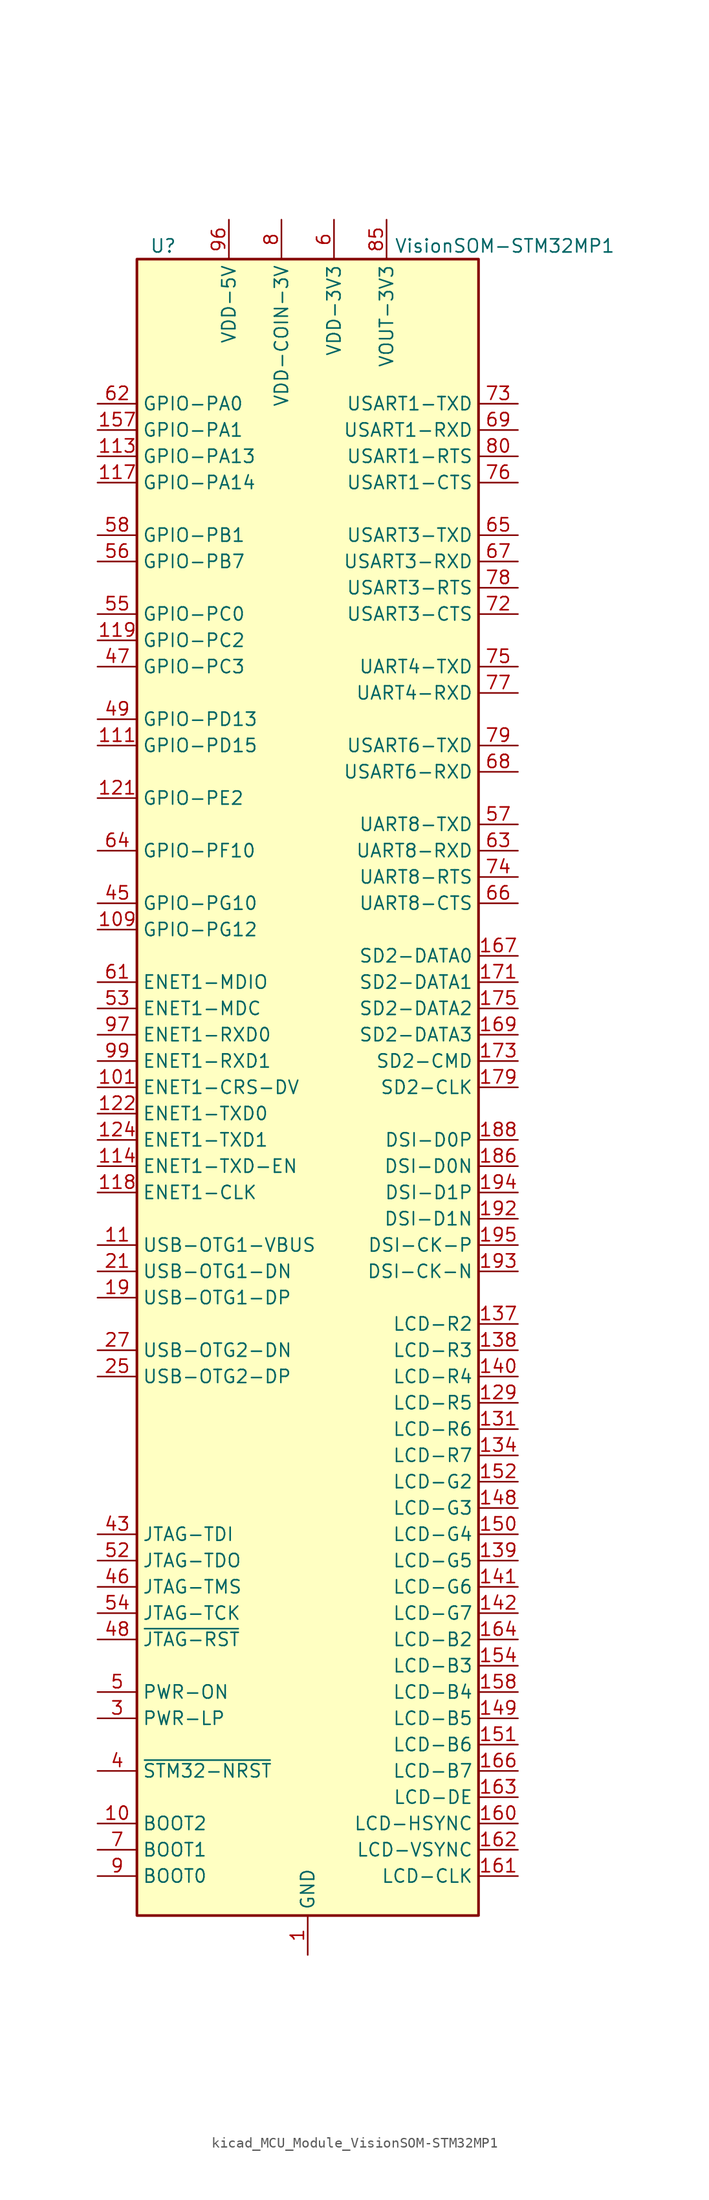
<source format=kicad_sym>
(kicad_symbol_lib
  (version 20220914)
  (generator kicad_symbol_editor)
  (symbol "kicad_MCU_Module_VisionSOM-STM32MP1"
    (property "Reference" "U"
      (at -13.97 81.28 0)
      (effects (font (size 1.27 1.27))))
    (property "Value" "VisionSOM-STM32MP1"
      (at 19.05 81.28 0)
      (effects (font (size 1.27 1.27))))
    (symbol "kicad_MCU_Module_VisionSOM-STM32MP1_0_1"
      (rectangle (start -16.51 80.01) (end 16.51 -80.01) (stroke (width 0.254) (type default)) (fill (type background))))
    (symbol "kicad_MCU_Module_VisionSOM-STM32MP1_1_1"
      (pin power_in line (at 0 -83.82 90) (length 3.81) (name "GND" (effects (font (size 1.27 1.27)))) (number "1" (effects (font (size 1.27 1.27)))))
      (pin input line (at -20.32 -71.12 0) (length 3.81) (name "BOOT2" (effects (font (size 1.27 1.27)))) (number "10" (effects (font (size 1.27 1.27)))))
      (pin passive line (at -7.62 83.82 270) (length 3.81) hide (name "VDD-5V" (effects (font (size 1.27 1.27)))) (number "100" (effects (font (size 1.27 1.27)))))
      (pin bidirectional line (at -20.32 0 0) (length 3.81) (name "ENET1-CRS-DV" (effects (font (size 1.27 1.27)))) (number "101" (effects (font (size 1.27 1.27)))))
      (pin passive line (at -7.62 83.82 270) (length 3.81) hide (name "VDD-5V" (effects (font (size 1.27 1.27)))) (number "102" (effects (font (size 1.27 1.27)))))
      (pin passive line (at 0 -83.82 90) (length 3.81) hide (name "GND" (effects (font (size 1.27 1.27)))) (number "103" (effects (font (size 1.27 1.27)))))
      (pin passive line (at -7.62 83.82 270) (length 3.81) hide (name "VDD-5V" (effects (font (size 1.27 1.27)))) (number "104" (effects (font (size 1.27 1.27)))))
      (pin no_connect line (at 15.24 73.66 180) (length 3.81) hide (name "NC" (effects (font (size 1.27 1.27)))) (number "105" (effects (font (size 1.27 1.27)))))
      (pin passive line (at -7.62 83.82 270) (length 3.81) hide (name "VDD-5V" (effects (font (size 1.27 1.27)))) (number "106" (effects (font (size 1.27 1.27)))))
      (pin passive line (at 0 -83.82 90) (length 3.81) hide (name "GND" (effects (font (size 1.27 1.27)))) (number "107" (effects (font (size 1.27 1.27)))))
      (pin passive line (at -7.62 83.82 270) (length 3.81) hide (name "VDD-5V" (effects (font (size 1.27 1.27)))) (number "108" (effects (font (size 1.27 1.27)))))
      (pin bidirectional line (at -20.32 15.24 0) (length 3.81) (name "GPIO-PG12" (effects (font (size 1.27 1.27)))) (number "109" (effects (font (size 1.27 1.27)))))
      (pin input line (at -20.32 -15.24 0) (length 3.81) (name "USB-OTG1-VBUS" (effects (font (size 1.27 1.27)))) (number "11" (effects (font (size 1.27 1.27)))))
      (pin passive line (at -7.62 83.82 270) (length 3.81) hide (name "VDD-5V" (effects (font (size 1.27 1.27)))) (number "110" (effects (font (size 1.27 1.27)))))
      (pin bidirectional line (at -20.32 33.02 0) (length 3.81) (name "GPIO-PD15" (effects (font (size 1.27 1.27)))) (number "111" (effects (font (size 1.27 1.27)))))
      (pin passive line (at -7.62 83.82 270) (length 3.81) hide (name "VDD-5V" (effects (font (size 1.27 1.27)))) (number "112" (effects (font (size 1.27 1.27)))))
      (pin bidirectional line (at -20.32 60.96 0) (length 3.81) (name "GPIO-PA13" (effects (font (size 1.27 1.27)))) (number "113" (effects (font (size 1.27 1.27)))))
      (pin bidirectional line (at -20.32 -7.62 0) (length 3.81) (name "ENET1-TXD-EN" (effects (font (size 1.27 1.27)))) (number "114" (effects (font (size 1.27 1.27)))))
      (pin passive line (at 0 -83.82 90) (length 3.81) hide (name "GND" (effects (font (size 1.27 1.27)))) (number "115" (effects (font (size 1.27 1.27)))))
      (pin passive line (at 0 -83.82 90) (length 3.81) hide (name "GND" (effects (font (size 1.27 1.27)))) (number "116" (effects (font (size 1.27 1.27)))))
      (pin bidirectional line (at -20.32 58.42 0) (length 3.81) (name "GPIO-PA14" (effects (font (size 1.27 1.27)))) (number "117" (effects (font (size 1.27 1.27)))))
      (pin bidirectional line (at -20.32 -10.16 0) (length 3.81) (name "ENET1-CLK" (effects (font (size 1.27 1.27)))) (number "118" (effects (font (size 1.27 1.27)))))
      (pin bidirectional line (at -20.32 43.18 0) (length 3.81) (name "GPIO-PC2" (effects (font (size 1.27 1.27)))) (number "119" (effects (font (size 1.27 1.27)))))
      (pin no_connect line (at -15.24 73.66 0) (length 3.81) hide (name "NC" (effects (font (size 1.27 1.27)))) (number "12" (effects (font (size 1.27 1.27)))))
      (pin passive line (at 0 -83.82 90) (length 3.81) hide (name "GND" (effects (font (size 1.27 1.27)))) (number "120" (effects (font (size 1.27 1.27)))))
      (pin bidirectional line (at -20.32 27.94 0) (length 3.81) (name "GPIO-PE2" (effects (font (size 1.27 1.27)))) (number "121" (effects (font (size 1.27 1.27)))))
      (pin bidirectional line (at -20.32 -2.54 0) (length 3.81) (name "ENET1-TXD0" (effects (font (size 1.27 1.27)))) (number "122" (effects (font (size 1.27 1.27)))))
      (pin no_connect line (at 15.24 71.12 180) (length 3.81) hide (name "NC" (effects (font (size 1.27 1.27)))) (number "123" (effects (font (size 1.27 1.27)))))
      (pin bidirectional line (at -20.32 -5.08 0) (length 3.81) (name "ENET1-TXD1" (effects (font (size 1.27 1.27)))) (number "124" (effects (font (size 1.27 1.27)))))
      (pin passive line (at 0 -83.82 90) (length 3.81) hide (name "GND" (effects (font (size 1.27 1.27)))) (number "125" (effects (font (size 1.27 1.27)))))
      (pin no_connect line (at 15.24 68.58 180) (length 3.81) hide (name "NC" (effects (font (size 1.27 1.27)))) (number "126" (effects (font (size 1.27 1.27)))))
      (pin passive line (at 0 -83.82 90) (length 3.81) hide (name "GND" (effects (font (size 1.27 1.27)))) (number "127" (effects (font (size 1.27 1.27)))))
      (pin passive line (at 0 -83.82 90) (length 3.81) hide (name "GND" (effects (font (size 1.27 1.27)))) (number "128" (effects (font (size 1.27 1.27)))))
      (pin bidirectional line (at 20.32 -30.48 180) (length 3.81) (name "LCD-R5" (effects (font (size 1.27 1.27)))) (number "129" (effects (font (size 1.27 1.27)))))
      (pin no_connect line (at -15.24 71.12 0) (length 3.81) hide (name "NC" (effects (font (size 1.27 1.27)))) (number "13" (effects (font (size 1.27 1.27)))))
      (pin passive line (at 0 -83.82 90) (length 3.81) hide (name "GND" (effects (font (size 1.27 1.27)))) (number "130" (effects (font (size 1.27 1.27)))))
      (pin bidirectional line (at 20.32 -33.02 180) (length 3.81) (name "LCD-R6" (effects (font (size 1.27 1.27)))) (number "131" (effects (font (size 1.27 1.27)))))
      (pin passive line (at 0 -83.82 90) (length 3.81) hide (name "GND" (effects (font (size 1.27 1.27)))) (number "132" (effects (font (size 1.27 1.27)))))
      (pin passive line (at 0 -83.82 90) (length 3.81) hide (name "GND" (effects (font (size 1.27 1.27)))) (number "133" (effects (font (size 1.27 1.27)))))
      (pin bidirectional line (at 20.32 -35.56 180) (length 3.81) (name "LCD-R7" (effects (font (size 1.27 1.27)))) (number "134" (effects (font (size 1.27 1.27)))))
      (pin passive line (at 0 -83.82 90) (length 3.81) hide (name "GND" (effects (font (size 1.27 1.27)))) (number "135" (effects (font (size 1.27 1.27)))))
      (pin passive line (at 0 -83.82 90) (length 3.81) hide (name "GND" (effects (font (size 1.27 1.27)))) (number "136" (effects (font (size 1.27 1.27)))))
      (pin bidirectional line (at 20.32 -22.86 180) (length 3.81) (name "LCD-R2" (effects (font (size 1.27 1.27)))) (number "137" (effects (font (size 1.27 1.27)))))
      (pin bidirectional line (at 20.32 -25.4 180) (length 3.81) (name "LCD-R3" (effects (font (size 1.27 1.27)))) (number "138" (effects (font (size 1.27 1.27)))))
      (pin bidirectional line (at 20.32 -45.72 180) (length 3.81) (name "LCD-G5" (effects (font (size 1.27 1.27)))) (number "139" (effects (font (size 1.27 1.27)))))
      (pin no_connect line (at -15.24 68.58 0) (length 3.81) hide (name "NC" (effects (font (size 1.27 1.27)))) (number "14" (effects (font (size 1.27 1.27)))))
      (pin bidirectional line (at 20.32 -27.94 180) (length 3.81) (name "LCD-R4" (effects (font (size 1.27 1.27)))) (number "140" (effects (font (size 1.27 1.27)))))
      (pin bidirectional line (at 20.32 -48.26 180) (length 3.81) (name "LCD-G6" (effects (font (size 1.27 1.27)))) (number "141" (effects (font (size 1.27 1.27)))))
      (pin bidirectional line (at 20.32 -50.8 180) (length 3.81) (name "LCD-G7" (effects (font (size 1.27 1.27)))) (number "142" (effects (font (size 1.27 1.27)))))
      (pin passive line (at 0 -83.82 90) (length 3.81) hide (name "GND" (effects (font (size 1.27 1.27)))) (number "143" (effects (font (size 1.27 1.27)))))
      (pin passive line (at 0 -83.82 90) (length 3.81) hide (name "GND" (effects (font (size 1.27 1.27)))) (number "144" (effects (font (size 1.27 1.27)))))
      (pin passive line (at 0 -83.82 90) (length 3.81) hide (name "GND" (effects (font (size 1.27 1.27)))) (number "145" (effects (font (size 1.27 1.27)))))
      (pin passive line (at 0 -83.82 90) (length 3.81) hide (name "GND" (effects (font (size 1.27 1.27)))) (number "146" (effects (font (size 1.27 1.27)))))
      (pin passive line (at 0 -83.82 90) (length 3.81) hide (name "GND" (effects (font (size 1.27 1.27)))) (number "147" (effects (font (size 1.27 1.27)))))
      (pin bidirectional line (at 20.32 -40.64 180) (length 3.81) (name "LCD-G3" (effects (font (size 1.27 1.27)))) (number "148" (effects (font (size 1.27 1.27)))))
      (pin bidirectional line (at 20.32 -60.96 180) (length 3.81) (name "LCD-B5" (effects (font (size 1.27 1.27)))) (number "149" (effects (font (size 1.27 1.27)))))
      (pin passive line (at 0 -83.82 90) (length 3.81) hide (name "GND" (effects (font (size 1.27 1.27)))) (number "15" (effects (font (size 1.27 1.27)))))
      (pin bidirectional line (at 20.32 -43.18 180) (length 3.81) (name "LCD-G4" (effects (font (size 1.27 1.27)))) (number "150" (effects (font (size 1.27 1.27)))))
      (pin bidirectional line (at 20.32 -63.5 180) (length 3.81) (name "LCD-B6" (effects (font (size 1.27 1.27)))) (number "151" (effects (font (size 1.27 1.27)))))
      (pin bidirectional line (at 20.32 -38.1 180) (length 3.81) (name "LCD-G2" (effects (font (size 1.27 1.27)))) (number "152" (effects (font (size 1.27 1.27)))))
      (pin passive line (at 0 -83.82 90) (length 3.81) hide (name "GND" (effects (font (size 1.27 1.27)))) (number "153" (effects (font (size 1.27 1.27)))))
      (pin bidirectional line (at 20.32 -55.88 180) (length 3.81) (name "LCD-B3" (effects (font (size 1.27 1.27)))) (number "154" (effects (font (size 1.27 1.27)))))
      (pin passive line (at 0 -83.82 90) (length 3.81) hide (name "GND" (effects (font (size 1.27 1.27)))) (number "155" (effects (font (size 1.27 1.27)))))
      (pin passive line (at 0 -83.82 90) (length 3.81) hide (name "GND" (effects (font (size 1.27 1.27)))) (number "156" (effects (font (size 1.27 1.27)))))
      (pin bidirectional line (at -20.32 63.5 0) (length 3.81) (name "GPIO-PA1" (effects (font (size 1.27 1.27)))) (number "157" (effects (font (size 1.27 1.27)))))
      (pin bidirectional line (at 20.32 -58.42 180) (length 3.81) (name "LCD-B4" (effects (font (size 1.27 1.27)))) (number "158" (effects (font (size 1.27 1.27)))))
      (pin passive line (at 0 -83.82 90) (length 3.81) hide (name "GND" (effects (font (size 1.27 1.27)))) (number "159" (effects (font (size 1.27 1.27)))))
      (pin no_connect line (at -15.24 55.88 0) (length 3.81) hide (name "NC" (effects (font (size 1.27 1.27)))) (number "16" (effects (font (size 1.27 1.27)))))
      (pin bidirectional line (at 20.32 -71.12 180) (length 3.81) (name "LCD-HSYNC" (effects (font (size 1.27 1.27)))) (number "160" (effects (font (size 1.27 1.27)))))
      (pin bidirectional line (at 20.32 -76.2 180) (length 3.81) (name "LCD-CLK" (effects (font (size 1.27 1.27)))) (number "161" (effects (font (size 1.27 1.27)))))
      (pin bidirectional line (at 20.32 -73.66 180) (length 3.81) (name "LCD-VSYNC" (effects (font (size 1.27 1.27)))) (number "162" (effects (font (size 1.27 1.27)))))
      (pin bidirectional line (at 20.32 -68.58 180) (length 3.81) (name "LCD-DE" (effects (font (size 1.27 1.27)))) (number "163" (effects (font (size 1.27 1.27)))))
      (pin bidirectional line (at 20.32 -53.34 180) (length 3.81) (name "LCD-B2" (effects (font (size 1.27 1.27)))) (number "164" (effects (font (size 1.27 1.27)))))
      (pin passive line (at 0 -83.82 90) (length 3.81) hide (name "GND" (effects (font (size 1.27 1.27)))) (number "165" (effects (font (size 1.27 1.27)))))
      (pin bidirectional line (at 20.32 -66.04 180) (length 3.81) (name "LCD-B7" (effects (font (size 1.27 1.27)))) (number "166" (effects (font (size 1.27 1.27)))))
      (pin bidirectional line (at 20.32 12.7 180) (length 3.81) (name "SD2-DATA0" (effects (font (size 1.27 1.27)))) (number "167" (effects (font (size 1.27 1.27)))))
      (pin passive line (at 0 -83.82 90) (length 3.81) hide (name "GND" (effects (font (size 1.27 1.27)))) (number "168" (effects (font (size 1.27 1.27)))))
      (pin bidirectional line (at 20.32 5.08 180) (length 3.81) (name "SD2-DATA3" (effects (font (size 1.27 1.27)))) (number "169" (effects (font (size 1.27 1.27)))))
      (pin passive line (at 0 -83.82 90) (length 3.81) hide (name "GND" (effects (font (size 1.27 1.27)))) (number "17" (effects (font (size 1.27 1.27)))))
      (pin passive line (at 0 -83.82 90) (length 3.81) hide (name "GND" (effects (font (size 1.27 1.27)))) (number "170" (effects (font (size 1.27 1.27)))))
      (pin bidirectional line (at 20.32 10.16 180) (length 3.81) (name "SD2-DATA1" (effects (font (size 1.27 1.27)))) (number "171" (effects (font (size 1.27 1.27)))))
      (pin passive line (at 0 -83.82 90) (length 3.81) hide (name "GND" (effects (font (size 1.27 1.27)))) (number "172" (effects (font (size 1.27 1.27)))))
      (pin bidirectional line (at 20.32 2.54 180) (length 3.81) (name "SD2-CMD" (effects (font (size 1.27 1.27)))) (number "173" (effects (font (size 1.27 1.27)))))
      (pin passive line (at 0 -83.82 90) (length 3.81) hide (name "GND" (effects (font (size 1.27 1.27)))) (number "174" (effects (font (size 1.27 1.27)))))
      (pin bidirectional line (at 20.32 7.62 180) (length 3.81) (name "SD2-DATA2" (effects (font (size 1.27 1.27)))) (number "175" (effects (font (size 1.27 1.27)))))
      (pin passive line (at 0 -83.82 90) (length 3.81) hide (name "GND" (effects (font (size 1.27 1.27)))) (number "176" (effects (font (size 1.27 1.27)))))
      (pin passive line (at 0 -83.82 90) (length 3.81) hide (name "GND" (effects (font (size 1.27 1.27)))) (number "177" (effects (font (size 1.27 1.27)))))
      (pin passive line (at 0 -83.82 90) (length 3.81) hide (name "GND" (effects (font (size 1.27 1.27)))) (number "178" (effects (font (size 1.27 1.27)))))
      (pin bidirectional line (at 20.32 0 180) (length 3.81) (name "SD2-CLK" (effects (font (size 1.27 1.27)))) (number "179" (effects (font (size 1.27 1.27)))))
      (pin no_connect line (at -15.24 48.26 0) (length 3.81) hide (name "NC" (effects (font (size 1.27 1.27)))) (number "18" (effects (font (size 1.27 1.27)))))
      (pin passive line (at 0 -83.82 90) (length 3.81) hide (name "GND" (effects (font (size 1.27 1.27)))) (number "180" (effects (font (size 1.27 1.27)))))
      (pin passive line (at 0 -83.82 90) (length 3.81) hide (name "GND" (effects (font (size 1.27 1.27)))) (number "181" (effects (font (size 1.27 1.27)))))
      (pin passive line (at 0 -83.82 90) (length 3.81) hide (name "GND" (effects (font (size 1.27 1.27)))) (number "182" (effects (font (size 1.27 1.27)))))
      (pin no_connect line (at 15.24 55.88 180) (length 3.81) hide (name "NC" (effects (font (size 1.27 1.27)))) (number "183" (effects (font (size 1.27 1.27)))))
      (pin passive line (at 0 -83.82 90) (length 3.81) hide (name "GND" (effects (font (size 1.27 1.27)))) (number "184" (effects (font (size 1.27 1.27)))))
      (pin passive line (at 0 -83.82 90) (length 3.81) hide (name "GND" (effects (font (size 1.27 1.27)))) (number "185" (effects (font (size 1.27 1.27)))))
      (pin bidirectional line (at 20.32 -7.62 180) (length 3.81) (name "DSI-D0N" (effects (font (size 1.27 1.27)))) (number "186" (effects (font (size 1.27 1.27)))))
      (pin no_connect line (at 15.24 43.18 180) (length 3.81) hide (name "NC" (effects (font (size 1.27 1.27)))) (number "187" (effects (font (size 1.27 1.27)))))
      (pin bidirectional line (at 20.32 -5.08 180) (length 3.81) (name "DSI-D0P" (effects (font (size 1.27 1.27)))) (number "188" (effects (font (size 1.27 1.27)))))
      (pin passive line (at 0 -83.82 90) (length 3.81) hide (name "GND" (effects (font (size 1.27 1.27)))) (number "189" (effects (font (size 1.27 1.27)))))
      (pin bidirectional line (at -20.32 -20.32 0) (length 3.81) (name "USB-OTG1-DP" (effects (font (size 1.27 1.27)))) (number "19" (effects (font (size 1.27 1.27)))))
      (pin no_connect line (at 15.24 35.56 180) (length 3.81) hide (name "NC" (effects (font (size 1.27 1.27)))) (number "190" (effects (font (size 1.27 1.27)))))
      (pin no_connect line (at 15.24 27.94 180) (length 3.81) hide (name "NC" (effects (font (size 1.27 1.27)))) (number "191" (effects (font (size 1.27 1.27)))))
      (pin bidirectional line (at 20.32 -12.7 180) (length 3.81) (name "DSI-D1N" (effects (font (size 1.27 1.27)))) (number "192" (effects (font (size 1.27 1.27)))))
      (pin bidirectional line (at 20.32 -17.78 180) (length 3.81) (name "DSI-CK-N" (effects (font (size 1.27 1.27)))) (number "193" (effects (font (size 1.27 1.27)))))
      (pin bidirectional line (at 20.32 -10.16 180) (length 3.81) (name "DSI-D1P" (effects (font (size 1.27 1.27)))) (number "194" (effects (font (size 1.27 1.27)))))
      (pin bidirectional line (at 20.32 -15.24 180) (length 3.81) (name "DSI-CK-P" (effects (font (size 1.27 1.27)))) (number "195" (effects (font (size 1.27 1.27)))))
      (pin no_connect line (at 15.24 15.24 180) (length 3.81) hide (name "NC" (effects (font (size 1.27 1.27)))) (number "196" (effects (font (size 1.27 1.27)))))
      (pin no_connect line (at 15.24 -2.54 180) (length 3.81) hide (name "NC" (effects (font (size 1.27 1.27)))) (number "197" (effects (font (size 1.27 1.27)))))
      (pin no_connect line (at 15.24 -20.32 180) (length 3.81) hide (name "NC" (effects (font (size 1.27 1.27)))) (number "198" (effects (font (size 1.27 1.27)))))
      (pin passive line (at 0 -83.82 90) (length 3.81) hide (name "GND" (effects (font (size 1.27 1.27)))) (number "199" (effects (font (size 1.27 1.27)))))
      (pin passive line (at 0 -83.82 90) (length 3.81) hide (name "GND" (effects (font (size 1.27 1.27)))) (number "2" (effects (font (size 1.27 1.27)))))
      (pin passive line (at 0 -83.82 90) (length 3.81) hide (name "GND" (effects (font (size 1.27 1.27)))) (number "20" (effects (font (size 1.27 1.27)))))
      (pin passive line (at 0 -83.82 90) (length 3.81) hide (name "GND" (effects (font (size 1.27 1.27)))) (number "200" (effects (font (size 1.27 1.27)))))
      (pin bidirectional line (at -20.32 -17.78 0) (length 3.81) (name "USB-OTG1-DN" (effects (font (size 1.27 1.27)))) (number "21" (effects (font (size 1.27 1.27)))))
      (pin passive line (at 0 -83.82 90) (length 3.81) hide (name "GND" (effects (font (size 1.27 1.27)))) (number "22" (effects (font (size 1.27 1.27)))))
      (pin passive line (at 0 -83.82 90) (length 3.81) hide (name "GND" (effects (font (size 1.27 1.27)))) (number "23" (effects (font (size 1.27 1.27)))))
      (pin no_connect line (at -15.24 38.1 0) (length 3.81) hide (name "NC" (effects (font (size 1.27 1.27)))) (number "24" (effects (font (size 1.27 1.27)))))
      (pin bidirectional line (at -20.32 -27.94 0) (length 3.81) (name "USB-OTG2-DP" (effects (font (size 1.27 1.27)))) (number "25" (effects (font (size 1.27 1.27)))))
      (pin passive line (at 0 -83.82 90) (length 3.81) hide (name "GND" (effects (font (size 1.27 1.27)))) (number "26" (effects (font (size 1.27 1.27)))))
      (pin bidirectional line (at -20.32 -25.4 0) (length 3.81) (name "USB-OTG2-DN" (effects (font (size 1.27 1.27)))) (number "27" (effects (font (size 1.27 1.27)))))
      (pin passive line (at 0 -83.82 90) (length 3.81) hide (name "GND" (effects (font (size 1.27 1.27)))) (number "28" (effects (font (size 1.27 1.27)))))
      (pin passive line (at 0 -83.82 90) (length 3.81) hide (name "GND" (effects (font (size 1.27 1.27)))) (number "29" (effects (font (size 1.27 1.27)))))
      (pin output line (at -20.32 -60.96 0) (length 3.81) (name "PWR-LP" (effects (font (size 1.27 1.27)))) (number "3" (effects (font (size 1.27 1.27)))))
      (pin no_connect line (at -15.24 30.48 0) (length 3.81) hide (name "NC" (effects (font (size 1.27 1.27)))) (number "30" (effects (font (size 1.27 1.27)))))
      (pin no_connect line (at -15.24 25.4 0) (length 3.81) hide (name "NC" (effects (font (size 1.27 1.27)))) (number "31" (effects (font (size 1.27 1.27)))))
      (pin no_connect line (at -15.24 20.32 0) (length 3.81) hide (name "NC" (effects (font (size 1.27 1.27)))) (number "32" (effects (font (size 1.27 1.27)))))
      (pin no_connect line (at -15.24 12.7 0) (length 3.81) hide (name "NC" (effects (font (size 1.27 1.27)))) (number "33" (effects (font (size 1.27 1.27)))))
      (pin no_connect line (at -15.24 -12.7 0) (length 3.81) hide (name "NC" (effects (font (size 1.27 1.27)))) (number "34" (effects (font (size 1.27 1.27)))))
      (pin passive line (at 0 -83.82 90) (length 3.81) hide (name "GND" (effects (font (size 1.27 1.27)))) (number "35" (effects (font (size 1.27 1.27)))))
      (pin no_connect line (at -15.24 -22.86 0) (length 3.81) hide (name "NC" (effects (font (size 1.27 1.27)))) (number "36" (effects (font (size 1.27 1.27)))))
      (pin no_connect line (at -15.24 -30.48 0) (length 3.81) hide (name "NC" (effects (font (size 1.27 1.27)))) (number "37" (effects (font (size 1.27 1.27)))))
      (pin passive line (at 0 -83.82 90) (length 3.81) hide (name "GND" (effects (font (size 1.27 1.27)))) (number "38" (effects (font (size 1.27 1.27)))))
      (pin no_connect line (at -15.24 -33.02 0) (length 3.81) hide (name "NC" (effects (font (size 1.27 1.27)))) (number "39" (effects (font (size 1.27 1.27)))))
      (pin input line (at -20.32 -66.04 0) (length 3.81) (name "~{STM32-NRST}" (effects (font (size 1.27 1.27)))) (number "4" (effects (font (size 1.27 1.27)))))
      (pin passive line (at 0 -83.82 90) (length 3.81) hide (name "GND" (effects (font (size 1.27 1.27)))) (number "40" (effects (font (size 1.27 1.27)))))
      (pin passive line (at 0 -83.82 90) (length 3.81) hide (name "GND" (effects (font (size 1.27 1.27)))) (number "41" (effects (font (size 1.27 1.27)))))
      (pin no_connect line (at -15.24 -35.56 0) (length 3.81) hide (name "NC" (effects (font (size 1.27 1.27)))) (number "42" (effects (font (size 1.27 1.27)))))
      (pin bidirectional line (at -20.32 -43.18 0) (length 3.81) (name "JTAG-TDI" (effects (font (size 1.27 1.27)))) (number "43" (effects (font (size 1.27 1.27)))))
      (pin no_connect line (at -15.24 -38.1 0) (length 3.81) hide (name "NC" (effects (font (size 1.27 1.27)))) (number "44" (effects (font (size 1.27 1.27)))))
      (pin bidirectional line (at -20.32 17.78 0) (length 3.81) (name "GPIO-PG10" (effects (font (size 1.27 1.27)))) (number "45" (effects (font (size 1.27 1.27)))))
      (pin bidirectional line (at -20.32 -48.26 0) (length 3.81) (name "JTAG-TMS" (effects (font (size 1.27 1.27)))) (number "46" (effects (font (size 1.27 1.27)))))
      (pin bidirectional line (at -20.32 40.64 0) (length 3.81) (name "GPIO-PC3" (effects (font (size 1.27 1.27)))) (number "47" (effects (font (size 1.27 1.27)))))
      (pin bidirectional line (at -20.32 -53.34 0) (length 3.81) (name "~{JTAG-RST}" (effects (font (size 1.27 1.27)))) (number "48" (effects (font (size 1.27 1.27)))))
      (pin bidirectional line (at -20.32 35.56 0) (length 3.81) (name "GPIO-PD13" (effects (font (size 1.27 1.27)))) (number "49" (effects (font (size 1.27 1.27)))))
      (pin output line (at -20.32 -58.42 0) (length 3.81) (name "PWR-ON" (effects (font (size 1.27 1.27)))) (number "5" (effects (font (size 1.27 1.27)))))
      (pin passive line (at 0 -83.82 90) (length 3.81) hide (name "GND" (effects (font (size 1.27 1.27)))) (number "50" (effects (font (size 1.27 1.27)))))
      (pin passive line (at 0 -83.82 90) (length 3.81) hide (name "GND" (effects (font (size 1.27 1.27)))) (number "51" (effects (font (size 1.27 1.27)))))
      (pin bidirectional line (at -20.32 -45.72 0) (length 3.81) (name "JTAG-TDO" (effects (font (size 1.27 1.27)))) (number "52" (effects (font (size 1.27 1.27)))))
      (pin bidirectional line (at -20.32 7.62 0) (length 3.81) (name "ENET1-MDC" (effects (font (size 1.27 1.27)))) (number "53" (effects (font (size 1.27 1.27)))))
      (pin bidirectional line (at -20.32 -50.8 0) (length 3.81) (name "JTAG-TCK" (effects (font (size 1.27 1.27)))) (number "54" (effects (font (size 1.27 1.27)))))
      (pin bidirectional line (at -20.32 45.72 0) (length 3.81) (name "GPIO-PC0" (effects (font (size 1.27 1.27)))) (number "55" (effects (font (size 1.27 1.27)))))
      (pin bidirectional line (at -20.32 50.8 0) (length 3.81) (name "GPIO-PB7" (effects (font (size 1.27 1.27)))) (number "56" (effects (font (size 1.27 1.27)))))
      (pin bidirectional line (at 20.32 25.4 180) (length 3.81) (name "UART8-TXD" (effects (font (size 1.27 1.27)))) (number "57" (effects (font (size 1.27 1.27)))))
      (pin bidirectional line (at -20.32 53.34 0) (length 3.81) (name "GPIO-PB1" (effects (font (size 1.27 1.27)))) (number "58" (effects (font (size 1.27 1.27)))))
      (pin passive line (at 0 -83.82 90) (length 3.81) hide (name "GND" (effects (font (size 1.27 1.27)))) (number "59" (effects (font (size 1.27 1.27)))))
      (pin power_in line (at 2.54 83.82 270) (length 3.81) (name "VDD-3V3" (effects (font (size 1.27 1.27)))) (number "6" (effects (font (size 1.27 1.27)))))
      (pin passive line (at 0 -83.82 90) (length 3.81) hide (name "GND" (effects (font (size 1.27 1.27)))) (number "60" (effects (font (size 1.27 1.27)))))
      (pin bidirectional line (at -20.32 10.16 0) (length 3.81) (name "ENET1-MDIO" (effects (font (size 1.27 1.27)))) (number "61" (effects (font (size 1.27 1.27)))))
      (pin bidirectional line (at -20.32 66.04 0) (length 3.81) (name "GPIO-PA0" (effects (font (size 1.27 1.27)))) (number "62" (effects (font (size 1.27 1.27)))))
      (pin bidirectional line (at 20.32 22.86 180) (length 3.81) (name "UART8-RXD" (effects (font (size 1.27 1.27)))) (number "63" (effects (font (size 1.27 1.27)))))
      (pin bidirectional line (at -20.32 22.86 0) (length 3.81) (name "GPIO-PF10" (effects (font (size 1.27 1.27)))) (number "64" (effects (font (size 1.27 1.27)))))
      (pin bidirectional line (at 20.32 53.34 180) (length 3.81) (name "USART3-TXD" (effects (font (size 1.27 1.27)))) (number "65" (effects (font (size 1.27 1.27)))))
      (pin bidirectional line (at 20.32 17.78 180) (length 3.81) (name "UART8-CTS" (effects (font (size 1.27 1.27)))) (number "66" (effects (font (size 1.27 1.27)))))
      (pin bidirectional line (at 20.32 50.8 180) (length 3.81) (name "USART3-RXD" (effects (font (size 1.27 1.27)))) (number "67" (effects (font (size 1.27 1.27)))))
      (pin bidirectional line (at 20.32 30.48 180) (length 3.81) (name "USART6-RXD" (effects (font (size 1.27 1.27)))) (number "68" (effects (font (size 1.27 1.27)))))
      (pin bidirectional line (at 20.32 63.5 180) (length 3.81) (name "USART1-RXD" (effects (font (size 1.27 1.27)))) (number "69" (effects (font (size 1.27 1.27)))))
      (pin input line (at -20.32 -73.66 0) (length 3.81) (name "BOOT1" (effects (font (size 1.27 1.27)))) (number "7" (effects (font (size 1.27 1.27)))))
      (pin passive line (at 0 -83.82 90) (length 3.81) hide (name "GND" (effects (font (size 1.27 1.27)))) (number "70" (effects (font (size 1.27 1.27)))))
      (pin passive line (at 0 -83.82 90) (length 3.81) hide (name "GND" (effects (font (size 1.27 1.27)))) (number "71" (effects (font (size 1.27 1.27)))))
      (pin bidirectional line (at 20.32 45.72 180) (length 3.81) (name "USART3-CTS" (effects (font (size 1.27 1.27)))) (number "72" (effects (font (size 1.27 1.27)))))
      (pin bidirectional line (at 20.32 66.04 180) (length 3.81) (name "USART1-TXD" (effects (font (size 1.27 1.27)))) (number "73" (effects (font (size 1.27 1.27)))))
      (pin bidirectional line (at 20.32 20.32 180) (length 3.81) (name "UART8-RTS" (effects (font (size 1.27 1.27)))) (number "74" (effects (font (size 1.27 1.27)))))
      (pin bidirectional line (at 20.32 40.64 180) (length 3.81) (name "UART4-TXD" (effects (font (size 1.27 1.27)))) (number "75" (effects (font (size 1.27 1.27)))))
      (pin bidirectional line (at 20.32 58.42 180) (length 3.81) (name "USART1-CTS" (effects (font (size 1.27 1.27)))) (number "76" (effects (font (size 1.27 1.27)))))
      (pin bidirectional line (at 20.32 38.1 180) (length 3.81) (name "UART4-RXD" (effects (font (size 1.27 1.27)))) (number "77" (effects (font (size 1.27 1.27)))))
      (pin bidirectional line (at 20.32 48.26 180) (length 3.81) (name "USART3-RTS" (effects (font (size 1.27 1.27)))) (number "78" (effects (font (size 1.27 1.27)))))
      (pin bidirectional line (at 20.32 33.02 180) (length 3.81) (name "USART6-TXD" (effects (font (size 1.27 1.27)))) (number "79" (effects (font (size 1.27 1.27)))))
      (pin power_in line (at -2.54 83.82 270) (length 3.81) (name "VDD-COIN-3V" (effects (font (size 1.27 1.27)))) (number "8" (effects (font (size 1.27 1.27)))))
      (pin bidirectional line (at 20.32 60.96 180) (length 3.81) (name "USART1-RTS" (effects (font (size 1.27 1.27)))) (number "80" (effects (font (size 1.27 1.27)))))
      (pin passive line (at 0 -83.82 90) (length 3.81) hide (name "GND" (effects (font (size 1.27 1.27)))) (number "81" (effects (font (size 1.27 1.27)))))
      (pin passive line (at 0 -83.82 90) (length 3.81) hide (name "GND" (effects (font (size 1.27 1.27)))) (number "82" (effects (font (size 1.27 1.27)))))
      (pin no_connect line (at -15.24 -40.64 0) (length 3.81) hide (name "NC" (effects (font (size 1.27 1.27)))) (number "83" (effects (font (size 1.27 1.27)))))
      (pin passive line (at 0 -83.82 90) (length 3.81) hide (name "GND" (effects (font (size 1.27 1.27)))) (number "84" (effects (font (size 1.27 1.27)))))
      (pin power_out line (at 7.62 83.82 270) (length 3.81) (name "VOUT-3V3" (effects (font (size 1.27 1.27)))) (number "85" (effects (font (size 1.27 1.27)))))
      (pin no_connect line (at -15.24 -55.88 0) (length 3.81) hide (name "NC" (effects (font (size 1.27 1.27)))) (number "86" (effects (font (size 1.27 1.27)))))
      (pin passive line (at 7.62 83.82 270) (length 3.81) hide (name "VOUT-3V3" (effects (font (size 1.27 1.27)))) (number "87" (effects (font (size 1.27 1.27)))))
      (pin passive line (at 7.62 83.82 270) (length 3.81) hide (name "VOUT-3V3" (effects (font (size 1.27 1.27)))) (number "88" (effects (font (size 1.27 1.27)))))
      (pin passive line (at 7.62 83.82 270) (length 3.81) hide (name "VOUT-3V3" (effects (font (size 1.27 1.27)))) (number "89" (effects (font (size 1.27 1.27)))))
      (pin input line (at -20.32 -76.2 0) (length 3.81) (name "BOOT0" (effects (font (size 1.27 1.27)))) (number "9" (effects (font (size 1.27 1.27)))))
      (pin passive line (at 7.62 83.82 270) (length 3.81) hide (name "VOUT-3V3" (effects (font (size 1.27 1.27)))) (number "90" (effects (font (size 1.27 1.27)))))
      (pin passive line (at 7.62 83.82 270) (length 3.81) hide (name "VOUT-3V3" (effects (font (size 1.27 1.27)))) (number "91" (effects (font (size 1.27 1.27)))))
      (pin passive line (at 7.62 83.82 270) (length 3.81) hide (name "VOUT-3V3" (effects (font (size 1.27 1.27)))) (number "92" (effects (font (size 1.27 1.27)))))
      (pin passive line (at 7.62 83.82 270) (length 3.81) hide (name "VOUT-3V3" (effects (font (size 1.27 1.27)))) (number "93" (effects (font (size 1.27 1.27)))))
      (pin no_connect line (at -15.24 -63.5 0) (length 3.81) hide (name "NC" (effects (font (size 1.27 1.27)))) (number "94" (effects (font (size 1.27 1.27)))))
      (pin no_connect line (at -15.24 -68.58 0) (length 3.81) hide (name "NC" (effects (font (size 1.27 1.27)))) (number "95" (effects (font (size 1.27 1.27)))))
      (pin power_in line (at -7.62 83.82 270) (length 3.81) (name "VDD-5V" (effects (font (size 1.27 1.27)))) (number "96" (effects (font (size 1.27 1.27)))))
      (pin bidirectional line (at -20.32 5.08 0) (length 3.81) (name "ENET1-RXD0" (effects (font (size 1.27 1.27)))) (number "97" (effects (font (size 1.27 1.27)))))
      (pin passive line (at -7.62 83.82 270) (length 3.81) hide (name "VDD-5V" (effects (font (size 1.27 1.27)))) (number "98" (effects (font (size 1.27 1.27)))))
      (pin bidirectional line (at -20.32 2.54 0) (length 3.81) (name "ENET1-RXD1" (effects (font (size 1.27 1.27)))) (number "99" (effects (font (size 1.27 1.27))))))))
</source>
